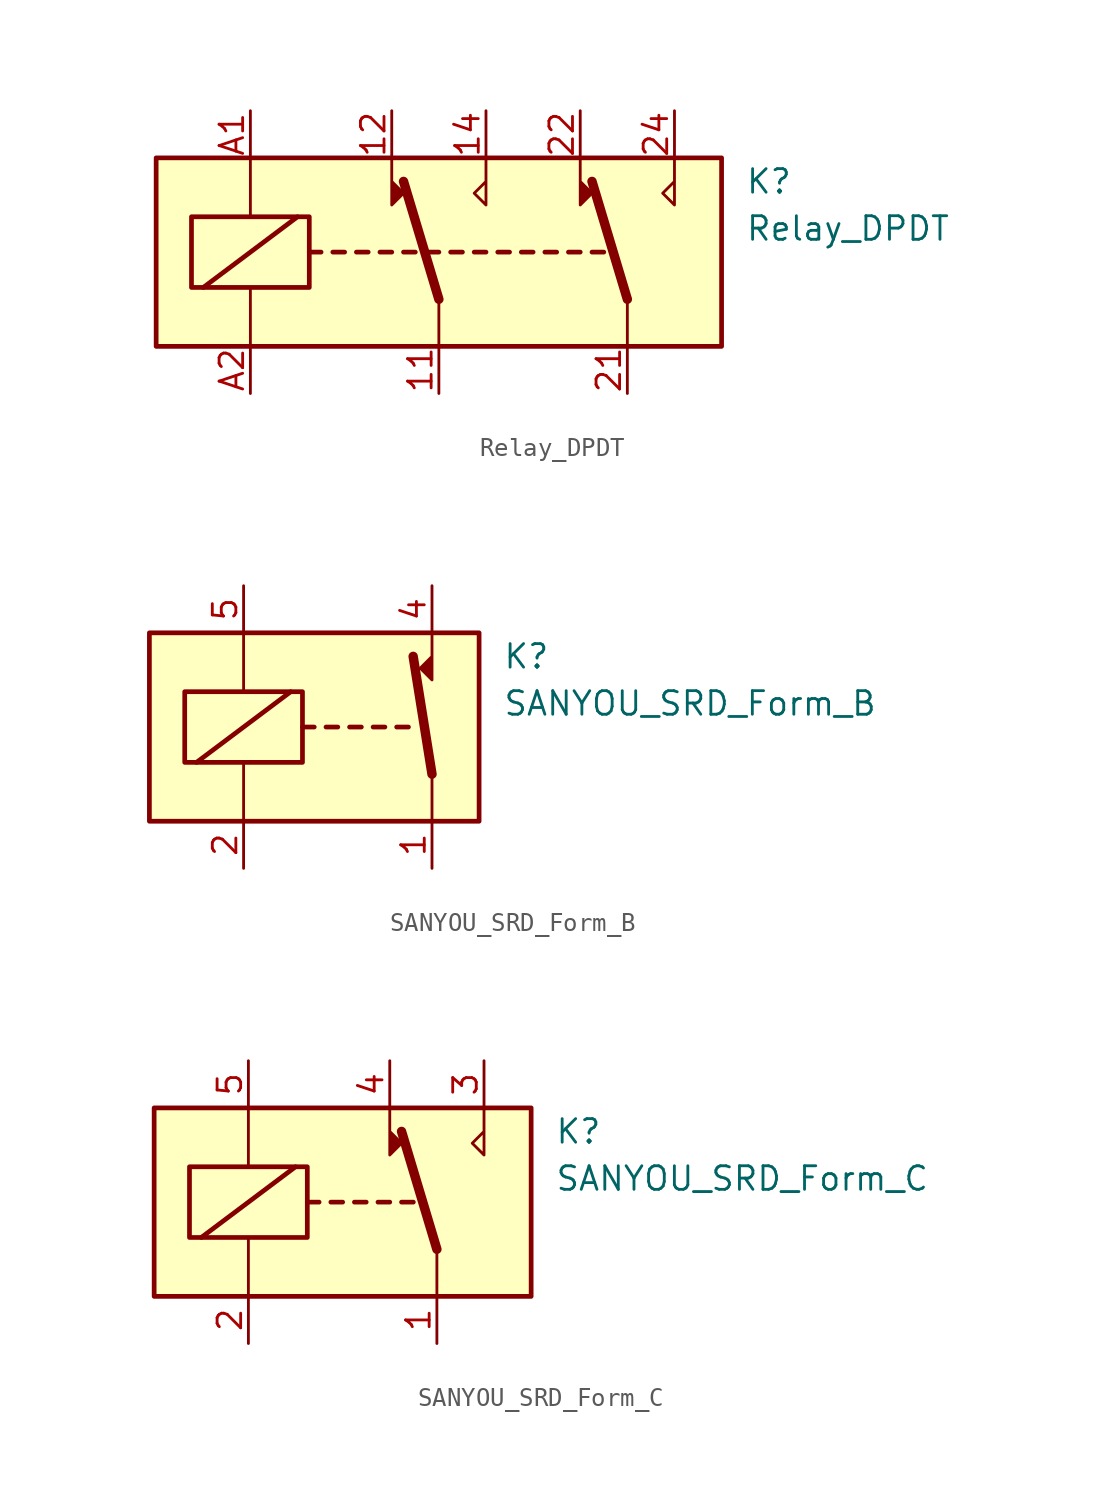
<source format=kicad_sym>
(kicad_symbol_lib
  (version 20231120)
  (generator "kicad_symbol_editor")
  (generator_version "8.0")
  (symbol "Relay_DPDT"
    (property "Reference" "K"
      (at 16.51 3.81 0)
      (effects (font (size 1.27 1.27)) (justify left)))
    (property "Value" "Relay_DPDT"
      (at 16.51 1.27 0)
      (effects (font (size 1.27 1.27)) (justify left)))
    (symbol "Relay_DPDT_0_1"
      (rectangle (start -15.24 5.08) (end 15.24 -5.08) (stroke (width 0.254) (type default)) (fill (type background)))
      (rectangle (start -13.335 1.905) (end -6.985 -1.905) (stroke (width 0.254) (type default)) (fill (type none)))
      (polyline (pts (xy -12.7 -1.905) (xy -7.62 1.905)) (stroke (width 0.254) (type default)) (fill (type none)))
      (polyline (pts (xy -10.16 -5.08) (xy -10.16 -1.905)) (stroke (width 0) (type default)) (fill (type none)))
      (polyline (pts (xy -10.16 5.08) (xy -10.16 1.905)) (stroke (width 0) (type default)) (fill (type none)))
      (polyline (pts (xy -6.985 0) (xy -6.35 0)) (stroke (width 0.254) (type default)) (fill (type none)))
      (polyline (pts (xy -5.715 0) (xy -5.08 0)) (stroke (width 0.254) (type default)) (fill (type none)))
      (polyline (pts (xy -4.445 0) (xy -3.81 0)) (stroke (width 0.254) (type default)) (fill (type none)))
      (polyline (pts (xy -3.175 0) (xy -2.54 0)) (stroke (width 0.254) (type default)) (fill (type none)))
      (polyline (pts (xy -1.905 0) (xy -1.27 0)) (stroke (width 0.254) (type default)) (fill (type none)))
      (polyline (pts (xy -0.635 0) (xy 0 0)) (stroke (width 0.254) (type default)) (fill (type none)))
      (polyline (pts (xy 0 -2.54) (xy -1.905 3.81)) (stroke (width 0.508) (type default)) (fill (type none)))
      (polyline (pts (xy 0 -2.54) (xy 0 -5.08)) (stroke (width 0) (type default)) (fill (type none)))
      (polyline (pts (xy 0.635 0) (xy 1.27 0)) (stroke (width 0.254) (type default)) (fill (type none)))
      (polyline (pts (xy 1.905 0) (xy 2.54 0)) (stroke (width 0.254) (type default)) (fill (type none)))
      (polyline (pts (xy 3.175 0) (xy 3.81 0)) (stroke (width 0.254) (type default)) (fill (type none)))
      (polyline (pts (xy 4.445 0) (xy 5.08 0)) (stroke (width 0.254) (type default)) (fill (type none)))
      (polyline (pts (xy 5.715 0) (xy 6.35 0)) (stroke (width 0.254) (type default)) (fill (type none)))
      (polyline (pts (xy 6.985 0) (xy 7.62 0)) (stroke (width 0.254) (type default)) (fill (type none)))
      (polyline (pts (xy 8.255 0) (xy 8.89 0)) (stroke (width 0.254) (type default)) (fill (type none)))
      (polyline (pts (xy 10.16 -2.54) (xy 8.255 3.81)) (stroke (width 0.508) (type default)) (fill (type none)))
      (polyline (pts (xy 10.16 -2.54) (xy 10.16 -5.08)) (stroke (width 0) (type default)) (fill (type none)))
      (polyline (pts (xy -2.54 5.08) (xy -2.54 2.54) (xy -1.905 3.175) (xy -2.54 3.81)) (stroke (width 0) (type default)) (fill (type outline)))
      (polyline (pts (xy 2.54 5.08) (xy 2.54 2.54) (xy 1.905 3.175) (xy 2.54 3.81)) (stroke (width 0) (type default)) (fill (type none)))
      (polyline (pts (xy 7.62 5.08) (xy 7.62 2.54) (xy 8.255 3.175) (xy 7.62 3.81)) (stroke (width 0) (type default)) (fill (type outline)))
      (polyline (pts (xy 12.7 5.08) (xy 12.7 2.54) (xy 12.065 3.175) (xy 12.7 3.81)) (stroke (width 0) (type default)) (fill (type none))))
    (symbol "Relay_DPDT_1_1"
      (pin passive line (at 0 -7.62 90) (length 2.54) (name "~" (effects (font (size 1.27 1.27)))) (number "11" (effects (font (size 1.27 1.27)))))
      (pin passive line (at -2.54 7.62 270) (length 2.54) (name "~" (effects (font (size 1.27 1.27)))) (number "12" (effects (font (size 1.27 1.27)))))
      (pin passive line (at 2.54 7.62 270) (length 2.54) (name "~" (effects (font (size 1.27 1.27)))) (number "14" (effects (font (size 1.27 1.27)))))
      (pin passive line (at 10.16 -7.62 90) (length 2.54) (name "~" (effects (font (size 1.27 1.27)))) (number "21" (effects (font (size 1.27 1.27)))))
      (pin passive line (at 7.62 7.62 270) (length 2.54) (name "~" (effects (font (size 1.27 1.27)))) (number "22" (effects (font (size 1.27 1.27)))))
      (pin passive line (at 12.7 7.62 270) (length 2.54) (name "~" (effects (font (size 1.27 1.27)))) (number "24" (effects (font (size 1.27 1.27)))))
      (pin passive line (at -10.16 7.62 270) (length 2.54) (name "~" (effects (font (size 1.27 1.27)))) (number "A1" (effects (font (size 1.27 1.27)))))
      (pin passive line (at -10.16 -7.62 90) (length 2.54) (name "~" (effects (font (size 1.27 1.27)))) (number "A2" (effects (font (size 1.27 1.27)))))))
  (symbol "SANYOU_SRD_Form_B"
    (property "Reference" "K"
      (at 8.89 3.81 0)
      (effects (font (size 1.27 1.27)) (justify left)))
    (property "Value" "SANYOU_SRD_Form_B"
      (at 8.89 1.27 0)
      (effects (font (size 1.27 1.27)) (justify left)))
    (symbol "SANYOU_SRD_Form_B_0_1"
      (rectangle (start -10.16 5.08) (end 7.62 -5.08) (stroke (width 0.254) (type default)) (fill (type background)))
      (rectangle (start -8.255 1.905) (end -1.905 -1.905) (stroke (width 0.254) (type default)) (fill (type none)))
      (polyline (pts (xy -7.62 -1.905) (xy -2.54 1.905)) (stroke (width 0.254) (type default)) (fill (type none)))
      (polyline (pts (xy -5.08 -5.08) (xy -5.08 -1.905)) (stroke (width 0) (type default)) (fill (type none)))
      (polyline (pts (xy -5.08 5.08) (xy -5.08 1.905)) (stroke (width 0) (type default)) (fill (type none)))
      (polyline (pts (xy -1.905 0) (xy -1.27 0)) (stroke (width 0.254) (type default)) (fill (type none)))
      (polyline (pts (xy -0.635 0) (xy 0 0)) (stroke (width 0.254) (type default)) (fill (type none)))
      (polyline (pts (xy 0.635 0) (xy 1.27 0)) (stroke (width 0.254) (type default)) (fill (type none)))
      (polyline (pts (xy 1.905 0) (xy 2.54 0)) (stroke (width 0.254) (type default)) (fill (type none)))
      (polyline (pts (xy 3.175 0) (xy 3.81 0)) (stroke (width 0.254) (type default)) (fill (type none)))
      (polyline (pts (xy 5.08 -2.54) (xy 4.064 3.81)) (stroke (width 0.508) (type default)) (fill (type none)))
      (polyline (pts (xy 5.08 -2.54) (xy 5.08 -5.08)) (stroke (width 0) (type default)) (fill (type none)))
      (polyline (pts (xy 5.08 3.81) (xy 4.445 3.175) (xy 5.08 2.54) (xy 5.08 5.08)) (stroke (width 0) (type default)) (fill (type outline))))
    (symbol "SANYOU_SRD_Form_B_1_1"
      (pin passive line (at 5.08 -7.62 90) (length 2.54) (name "~" (effects (font (size 1.27 1.27)))) (number "1" (effects (font (size 1.27 1.27)))))
      (pin passive line (at -5.08 -7.62 90) (length 2.54) (name "~" (effects (font (size 1.27 1.27)))) (number "2" (effects (font (size 1.27 1.27)))))
      (pin passive line (at 5.08 7.62 270) (length 2.54) (name "~" (effects (font (size 1.27 1.27)))) (number "4" (effects (font (size 1.27 1.27)))))
      (pin passive line (at -5.08 7.62 270) (length 2.54) (name "~" (effects (font (size 1.27 1.27)))) (number "5" (effects (font (size 1.27 1.27)))))))
  (symbol "SANYOU_SRD_Form_C"
    (property "Reference" "K"
      (at 11.43 3.81 0)
      (effects (font (size 1.27 1.27)) (justify left)))
    (property "Value" "SANYOU_SRD_Form_C"
      (at 11.43 1.27 0)
      (effects (font (size 1.27 1.27)) (justify left)))
    (symbol "SANYOU_SRD_Form_C_0_0"
      (polyline (pts (xy 7.62 5.08) (xy 7.62 2.54) (xy 6.985 3.175) (xy 7.62 3.81)) (stroke (width 0) (type default)) (fill (type none))))
    (symbol "SANYOU_SRD_Form_C_0_1"
      (rectangle (start -10.16 5.08) (end 10.16 -5.08) (stroke (width 0.254) (type default)) (fill (type background)))
      (rectangle (start -8.255 1.905) (end -1.905 -1.905) (stroke (width 0.254) (type default)) (fill (type none)))
      (polyline (pts (xy -7.62 -1.905) (xy -2.54 1.905)) (stroke (width 0.254) (type default)) (fill (type none)))
      (polyline (pts (xy -5.08 -5.08) (xy -5.08 -1.905)) (stroke (width 0) (type default)) (fill (type none)))
      (polyline (pts (xy -5.08 5.08) (xy -5.08 1.905)) (stroke (width 0) (type default)) (fill (type none)))
      (polyline (pts (xy -1.905 0) (xy -1.27 0)) (stroke (width 0.254) (type default)) (fill (type none)))
      (polyline (pts (xy -0.635 0) (xy 0 0)) (stroke (width 0.254) (type default)) (fill (type none)))
      (polyline (pts (xy 0.635 0) (xy 1.27 0)) (stroke (width 0.254) (type default)) (fill (type none)))
      (polyline (pts (xy 1.905 0) (xy 2.54 0)) (stroke (width 0.254) (type default)) (fill (type none)))
      (polyline (pts (xy 3.175 0) (xy 3.81 0)) (stroke (width 0.254) (type default)) (fill (type none)))
      (polyline (pts (xy 5.08 -2.54) (xy 3.175 3.81)) (stroke (width 0.508) (type default)) (fill (type none)))
      (polyline (pts (xy 5.08 -2.54) (xy 5.08 -5.08)) (stroke (width 0) (type default)) (fill (type none))))
    (symbol "SANYOU_SRD_Form_C_1_1"
      (polyline (pts (xy 2.54 3.81) (xy 3.175 3.175) (xy 2.54 2.54) (xy 2.54 5.08)) (stroke (width 0) (type default)) (fill (type outline)))
      (pin passive line (at 5.08 -7.62 90) (length 2.54) (name "~" (effects (font (size 1.27 1.27)))) (number "1" (effects (font (size 1.27 1.27)))))
      (pin passive line (at -5.08 -7.62 90) (length 2.54) (name "~" (effects (font (size 1.27 1.27)))) (number "2" (effects (font (size 1.27 1.27)))))
      (pin passive line (at 7.62 7.62 270) (length 2.54) (name "~" (effects (font (size 1.27 1.27)))) (number "3" (effects (font (size 1.27 1.27)))))
      (pin passive line (at 2.54 7.62 270) (length 2.54) (name "~" (effects (font (size 1.27 1.27)))) (number "4" (effects (font (size 1.27 1.27)))))
      (pin passive line (at -5.08 7.62 270) (length 2.54) (name "~" (effects (font (size 1.27 1.27)))) (number "5" (effects (font (size 1.27 1.27))))))))
</source>
